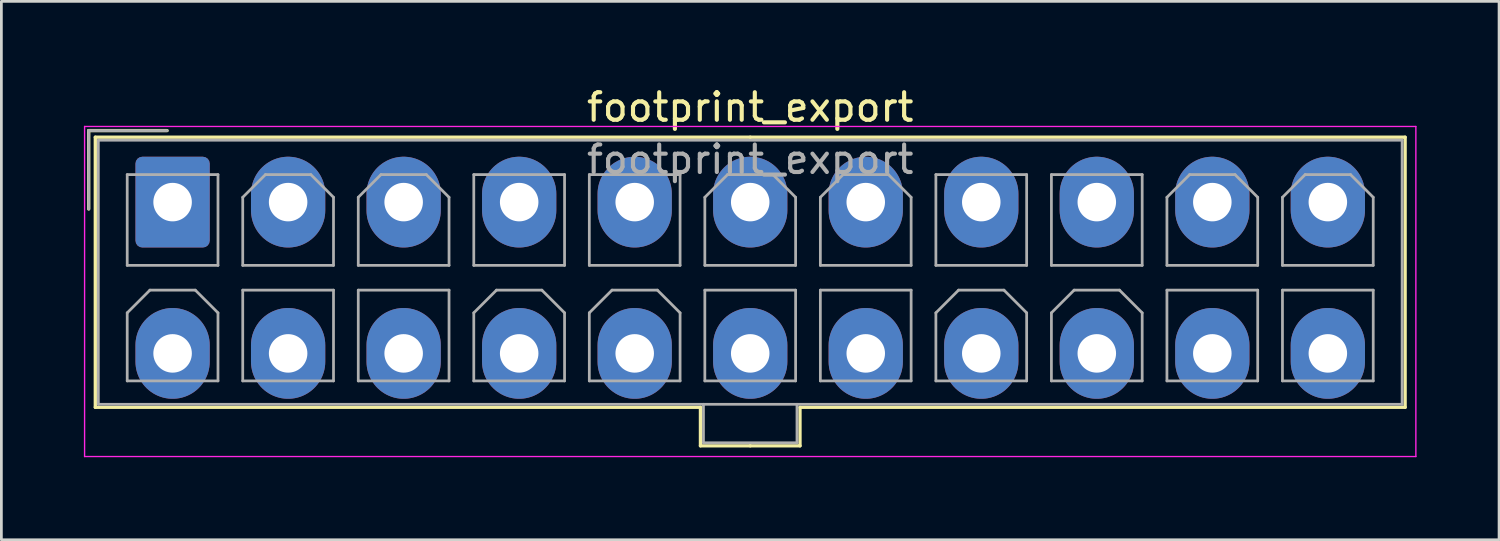
<source format=kicad_pcb>
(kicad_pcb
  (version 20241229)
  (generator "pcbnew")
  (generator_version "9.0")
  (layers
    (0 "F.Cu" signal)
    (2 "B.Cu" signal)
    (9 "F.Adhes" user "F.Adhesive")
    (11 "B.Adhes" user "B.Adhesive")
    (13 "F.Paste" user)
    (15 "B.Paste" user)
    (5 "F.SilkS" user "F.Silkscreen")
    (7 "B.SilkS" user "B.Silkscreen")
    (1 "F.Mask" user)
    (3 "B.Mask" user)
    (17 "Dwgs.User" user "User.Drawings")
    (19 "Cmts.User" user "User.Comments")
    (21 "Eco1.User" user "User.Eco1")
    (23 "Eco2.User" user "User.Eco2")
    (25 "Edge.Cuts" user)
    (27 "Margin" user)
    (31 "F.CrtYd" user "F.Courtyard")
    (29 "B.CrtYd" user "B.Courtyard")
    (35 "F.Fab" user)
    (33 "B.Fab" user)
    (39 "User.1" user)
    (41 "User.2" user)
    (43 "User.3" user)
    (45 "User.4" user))
  (footprint "footprint_export"
    (layer "F.Cu")
    (at 3.225 4.298)
    (property "Reference" "footprint_export" (at 21 -3.45 0) (layer "F.SilkS") (effects (font (size 1 1) (thickness 0.15))))
    (attr through_hole)
    (fp_line (start -3.05 -2.6) (end -3.05 0.25) (stroke (width 0.12) (type solid)) (layer "F.SilkS"))
    (fp_line (start -2.81 -2.36) (end -2.81 7.46) (stroke (width 0.12) (type solid)) (layer "F.SilkS"))
    (fp_line (start -2.81 7.46) (end 19.19 7.46) (stroke (width 0.12) (type solid)) (layer "F.SilkS"))
    (fp_line (start -0.2 -2.6) (end -3.05 -2.6) (stroke (width 0.12) (type solid)) (layer "F.SilkS"))
    (fp_line (start 19.19 7.46) (end 19.19 8.86) (stroke (width 0.12) (type solid)) (layer "F.SilkS"))
    (fp_line (start 19.19 8.86) (end 21 8.86) (stroke (width 0.12) (type solid)) (layer "F.SilkS"))
    (fp_line (start 21 -2.36) (end -2.81 -2.36) (stroke (width 0.12) (type solid)) (layer "F.SilkS"))
    (fp_line (start 21 -2.36) (end 44.81 -2.36) (stroke (width 0.12) (type solid)) (layer "F.SilkS"))
    (fp_line (start 22.81 7.46) (end 22.81 8.86) (stroke (width 0.12) (type solid)) (layer "F.SilkS"))
    (fp_line (start 22.81 8.86) (end 21 8.86) (stroke (width 0.12) (type solid)) (layer "F.SilkS"))
    (fp_line (start 44.81 -2.36) (end 44.81 7.46) (stroke (width 0.12) (type solid)) (layer "F.SilkS"))
    (fp_line (start 44.81 7.46) (end 22.81 7.46) (stroke (width 0.12) (type solid)) (layer "F.SilkS"))
    (fp_line (start -3.2 -2.75) (end -3.2 9.25) (stroke (width 0.05) (type solid)) (layer "F.CrtYd"))
    (fp_line (start -3.2 9.25) (end 45.2 9.25) (stroke (width 0.05) (type solid)) (layer "F.CrtYd"))
    (fp_line (start 45.2 -2.75) (end -3.2 -2.75) (stroke (width 0.05) (type solid)) (layer "F.CrtYd"))
    (fp_line (start 45.2 9.25) (end 45.2 -2.75) (stroke (width 0.05) (type solid)) (layer "F.CrtYd"))
    (fp_line (start -3.05 -2.6) (end -3.05 0.25) (stroke (width 0.1) (type solid)) (layer "F.Fab"))
    (fp_line (start -2.7 -2.25) (end -2.7 7.35) (stroke (width 0.1) (type solid)) (layer "F.Fab"))
    (fp_line (start -2.7 7.35) (end 44.7 7.35) (stroke (width 0.1) (type solid)) (layer "F.Fab"))
    (fp_line (start -1.65 -1) (end -1.65 2.3) (stroke (width 0.1) (type solid)) (layer "F.Fab"))
    (fp_line (start -1.65 2.3) (end 1.65 2.3) (stroke (width 0.1) (type solid)) (layer "F.Fab"))
    (fp_line (start -1.65 4.025) (end -0.825 3.2) (stroke (width 0.1) (type solid)) (layer "F.Fab"))
    (fp_line (start -1.65 6.5) (end -1.65 4.025) (stroke (width 0.1) (type solid)) (layer "F.Fab"))
    (fp_line (start -0.825 3.2) (end 0.825 3.2) (stroke (width 0.1) (type solid)) (layer "F.Fab"))
    (fp_line (start -0.2 -2.6) (end -3.05 -2.6) (stroke (width 0.1) (type solid)) (layer "F.Fab"))
    (fp_line (start 0.825 3.2) (end 1.65 4.025) (stroke (width 0.1) (type solid)) (layer "F.Fab"))
    (fp_line (start 1.65 -1) (end -1.65 -1) (stroke (width 0.1) (type solid)) (layer "F.Fab"))
    (fp_line (start 1.65 2.3) (end 1.65 -1) (stroke (width 0.1) (type solid)) (layer "F.Fab"))
    (fp_line (start 1.65 4.025) (end 1.65 6.5) (stroke (width 0.1) (type solid)) (layer "F.Fab"))
    (fp_line (start 1.65 6.5) (end -1.65 6.5) (stroke (width 0.1) (type solid)) (layer "F.Fab"))
    (fp_line (start 2.55 -0.175) (end 3.375 -1) (stroke (width 0.1) (type solid)) (layer "F.Fab"))
    (fp_line (start 2.55 2.3) (end 2.55 -0.175) (stroke (width 0.1) (type solid)) (layer "F.Fab"))
    (fp_line (start 2.55 3.2) (end 2.55 6.5) (stroke (width 0.1) (type solid)) (layer "F.Fab"))
    (fp_line (start 2.55 6.5) (end 5.85 6.5) (stroke (width 0.1) (type solid)) (layer "F.Fab"))
    (fp_line (start 3.375 -1) (end 5.025 -1) (stroke (width 0.1) (type solid)) (layer "F.Fab"))
    (fp_line (start 5.025 -1) (end 5.85 -0.175) (stroke (width 0.1) (type solid)) (layer "F.Fab"))
    (fp_line (start 5.85 -0.175) (end 5.85 2.3) (stroke (width 0.1) (type solid)) (layer "F.Fab"))
    (fp_line (start 5.85 2.3) (end 2.55 2.3) (stroke (width 0.1) (type solid)) (layer "F.Fab"))
    (fp_line (start 5.85 3.2) (end 2.55 3.2) (stroke (width 0.1) (type solid)) (layer "F.Fab"))
    (fp_line (start 5.85 6.5) (end 5.85 3.2) (stroke (width 0.1) (type solid)) (layer "F.Fab"))
    (fp_line (start 6.75 -0.175) (end 7.575 -1) (stroke (width 0.1) (type solid)) (layer "F.Fab"))
    (fp_line (start 6.75 2.3) (end 6.75 -0.175) (stroke (width 0.1) (type solid)) (layer "F.Fab"))
    (fp_line (start 6.75 3.2) (end 6.75 6.5) (stroke (width 0.1) (type solid)) (layer "F.Fab"))
    (fp_line (start 6.75 6.5) (end 10.05 6.5) (stroke (width 0.1) (type solid)) (layer "F.Fab"))
    (fp_line (start 7.575 -1) (end 9.225 -1) (stroke (width 0.1) (type solid)) (layer "F.Fab"))
    (fp_line (start 9.225 -1) (end 10.05 -0.175) (stroke (width 0.1) (type solid)) (layer "F.Fab"))
    (fp_line (start 10.05 -0.175) (end 10.05 2.3) (stroke (width 0.1) (type solid)) (layer "F.Fab"))
    (fp_line (start 10.05 2.3) (end 6.75 2.3) (stroke (width 0.1) (type solid)) (layer "F.Fab"))
    (fp_line (start 10.05 3.2) (end 6.75 3.2) (stroke (width 0.1) (type solid)) (layer "F.Fab"))
    (fp_line (start 10.05 6.5) (end 10.05 3.2) (stroke (width 0.1) (type solid)) (layer "F.Fab"))
    (fp_line (start 10.95 -1) (end 10.95 2.3) (stroke (width 0.1) (type solid)) (layer "F.Fab"))
    (fp_line (start 10.95 2.3) (end 14.25 2.3) (stroke (width 0.1) (type solid)) (layer "F.Fab"))
    (fp_line (start 10.95 4.025) (end 11.775 3.2) (stroke (width 0.1) (type solid)) (layer "F.Fab"))
    (fp_line (start 10.95 6.5) (end 10.95 4.025) (stroke (width 0.1) (type solid)) (layer "F.Fab"))
    (fp_line (start 11.775 3.2) (end 13.425 3.2) (stroke (width 0.1) (type solid)) (layer "F.Fab"))
    (fp_line (start 13.425 3.2) (end 14.25 4.025) (stroke (width 0.1) (type solid)) (layer "F.Fab"))
    (fp_line (start 14.25 -1) (end 10.95 -1) (stroke (width 0.1) (type solid)) (layer "F.Fab"))
    (fp_line (start 14.25 2.3) (end 14.25 -1) (stroke (width 0.1) (type solid)) (layer "F.Fab"))
    (fp_line (start 14.25 4.025) (end 14.25 6.5) (stroke (width 0.1) (type solid)) (layer "F.Fab"))
    (fp_line (start 14.25 6.5) (end 10.95 6.5) (stroke (width 0.1) (type solid)) (layer "F.Fab"))
    (fp_line (start 15.15 -1) (end 15.15 2.3) (stroke (width 0.1) (type solid)) (layer "F.Fab"))
    (fp_line (start 15.15 2.3) (end 18.45 2.3) (stroke (width 0.1) (type solid)) (layer "F.Fab"))
    (fp_line (start 15.15 4.025) (end 15.975 3.2) (stroke (width 0.1) (type solid)) (layer "F.Fab"))
    (fp_line (start 15.15 6.5) (end 15.15 4.025) (stroke (width 0.1) (type solid)) (layer "F.Fab"))
    (fp_line (start 15.975 3.2) (end 17.625 3.2) (stroke (width 0.1) (type solid)) (layer "F.Fab"))
    (fp_line (start 17.625 3.2) (end 18.45 4.025) (stroke (width 0.1) (type solid)) (layer "F.Fab"))
    (fp_line (start 18.45 -1) (end 15.15 -1) (stroke (width 0.1) (type solid)) (layer "F.Fab"))
    (fp_line (start 18.45 2.3) (end 18.45 -1) (stroke (width 0.1) (type solid)) (layer "F.Fab"))
    (fp_line (start 18.45 4.025) (end 18.45 6.5) (stroke (width 0.1) (type solid)) (layer "F.Fab"))
    (fp_line (start 18.45 6.5) (end 15.15 6.5) (stroke (width 0.1) (type solid)) (layer "F.Fab"))
    (fp_line (start 19.3 7.35) (end 19.3 8.75) (stroke (width 0.1) (type solid)) (layer "F.Fab"))
    (fp_line (start 19.3 8.75) (end 22.7 8.75) (stroke (width 0.1) (type solid)) (layer "F.Fab"))
    (fp_line (start 19.35 -0.175) (end 20.175 -1) (stroke (width 0.1) (type solid)) (layer "F.Fab"))
    (fp_line (start 19.35 2.3) (end 19.35 -0.175) (stroke (width 0.1) (type solid)) (layer "F.Fab"))
    (fp_line (start 19.35 3.2) (end 19.35 6.5) (stroke (width 0.1) (type solid)) (layer "F.Fab"))
    (fp_line (start 19.35 6.5) (end 22.65 6.5) (stroke (width 0.1) (type solid)) (layer "F.Fab"))
    (fp_line (start 20.175 -1) (end 21.825 -1) (stroke (width 0.1) (type solid)) (layer "F.Fab"))
    (fp_line (start 21.825 -1) (end 22.65 -0.175) (stroke (width 0.1) (type solid)) (layer "F.Fab"))
    (fp_line (start 22.65 -0.175) (end 22.65 2.3) (stroke (width 0.1) (type solid)) (layer "F.Fab"))
    (fp_line (start 22.65 2.3) (end 19.35 2.3) (stroke (width 0.1) (type solid)) (layer "F.Fab"))
    (fp_line (start 22.65 3.2) (end 19.35 3.2) (stroke (width 0.1) (type solid)) (layer "F.Fab"))
    (fp_line (start 22.65 6.5) (end 22.65 3.2) (stroke (width 0.1) (type solid)) (layer "F.Fab"))
    (fp_line (start 22.7 8.75) (end 22.7 7.35) (stroke (width 0.1) (type solid)) (layer "F.Fab"))
    (fp_line (start 23.55 -0.175) (end 24.375 -1) (stroke (width 0.1) (type solid)) (layer "F.Fab"))
    (fp_line (start 23.55 2.3) (end 23.55 -0.175) (stroke (width 0.1) (type solid)) (layer "F.Fab"))
    (fp_line (start 23.55 3.2) (end 23.55 6.5) (stroke (width 0.1) (type solid)) (layer "F.Fab"))
    (fp_line (start 23.55 6.5) (end 26.85 6.5) (stroke (width 0.1) (type solid)) (layer "F.Fab"))
    (fp_line (start 24.375 -1) (end 26.025 -1) (stroke (width 0.1) (type solid)) (layer "F.Fab"))
    (fp_line (start 26.025 -1) (end 26.85 -0.175) (stroke (width 0.1) (type solid)) (layer "F.Fab"))
    (fp_line (start 26.85 -0.175) (end 26.85 2.3) (stroke (width 0.1) (type solid)) (layer "F.Fab"))
    (fp_line (start 26.85 2.3) (end 23.55 2.3) (stroke (width 0.1) (type solid)) (layer "F.Fab"))
    (fp_line (start 26.85 3.2) (end 23.55 3.2) (stroke (width 0.1) (type solid)) (layer "F.Fab"))
    (fp_line (start 26.85 6.5) (end 26.85 3.2) (stroke (width 0.1) (type solid)) (layer "F.Fab"))
    (fp_line (start 27.75 -1) (end 27.75 2.3) (stroke (width 0.1) (type solid)) (layer "F.Fab"))
    (fp_line (start 27.75 2.3) (end 31.05 2.3) (stroke (width 0.1) (type solid)) (layer "F.Fab"))
    (fp_line (start 27.75 4.025) (end 28.575 3.2) (stroke (width 0.1) (type solid)) (layer "F.Fab"))
    (fp_line (start 27.75 6.5) (end 27.75 4.025) (stroke (width 0.1) (type solid)) (layer "F.Fab"))
    (fp_line (start 28.575 3.2) (end 30.225 3.2) (stroke (width 0.1) (type solid)) (layer "F.Fab"))
    (fp_line (start 30.225 3.2) (end 31.05 4.025) (stroke (width 0.1) (type solid)) (layer "F.Fab"))
    (fp_line (start 31.05 -1) (end 27.75 -1) (stroke (width 0.1) (type solid)) (layer "F.Fab"))
    (fp_line (start 31.05 2.3) (end 31.05 -1) (stroke (width 0.1) (type solid)) (layer "F.Fab"))
    (fp_line (start 31.05 4.025) (end 31.05 6.5) (stroke (width 0.1) (type solid)) (layer "F.Fab"))
    (fp_line (start 31.05 6.5) (end 27.75 6.5) (stroke (width 0.1) (type solid)) (layer "F.Fab"))
    (fp_line (start 31.95 -1) (end 31.95 2.3) (stroke (width 0.1) (type solid)) (layer "F.Fab"))
    (fp_line (start 31.95 2.3) (end 35.25 2.3) (stroke (width 0.1) (type solid)) (layer "F.Fab"))
    (fp_line (start 31.95 4.025) (end 32.775 3.2) (stroke (width 0.1) (type solid)) (layer "F.Fab"))
    (fp_line (start 31.95 6.5) (end 31.95 4.025) (stroke (width 0.1) (type solid)) (layer "F.Fab"))
    (fp_line (start 32.775 3.2) (end 34.425 3.2) (stroke (width 0.1) (type solid)) (layer "F.Fab"))
    (fp_line (start 34.425 3.2) (end 35.25 4.025) (stroke (width 0.1) (type solid)) (layer "F.Fab"))
    (fp_line (start 35.25 -1) (end 31.95 -1) (stroke (width 0.1) (type solid)) (layer "F.Fab"))
    (fp_line (start 35.25 2.3) (end 35.25 -1) (stroke (width 0.1) (type solid)) (layer "F.Fab"))
    (fp_line (start 35.25 4.025) (end 35.25 6.5) (stroke (width 0.1) (type solid)) (layer "F.Fab"))
    (fp_line (start 35.25 6.5) (end 31.95 6.5) (stroke (width 0.1) (type solid)) (layer "F.Fab"))
    (fp_line (start 36.15 -0.175) (end 36.975 -1) (stroke (width 0.1) (type solid)) (layer "F.Fab"))
    (fp_line (start 36.15 2.3) (end 36.15 -0.175) (stroke (width 0.1) (type solid)) (layer "F.Fab"))
    (fp_line (start 36.15 3.2) (end 36.15 6.5) (stroke (width 0.1) (type solid)) (layer "F.Fab"))
    (fp_line (start 36.15 6.5) (end 39.45 6.5) (stroke (width 0.1) (type solid)) (layer "F.Fab"))
    (fp_line (start 36.975 -1) (end 38.625 -1) (stroke (width 0.1) (type solid)) (layer "F.Fab"))
    (fp_line (start 38.625 -1) (end 39.45 -0.175) (stroke (width 0.1) (type solid)) (layer "F.Fab"))
    (fp_line (start 39.45 -0.175) (end 39.45 2.3) (stroke (width 0.1) (type solid)) (layer "F.Fab"))
    (fp_line (start 39.45 2.3) (end 36.15 2.3) (stroke (width 0.1) (type solid)) (layer "F.Fab"))
    (fp_line (start 39.45 3.2) (end 36.15 3.2) (stroke (width 0.1) (type solid)) (layer "F.Fab"))
    (fp_line (start 39.45 6.5) (end 39.45 3.2) (stroke (width 0.1) (type solid)) (layer "F.Fab"))
    (fp_line (start 40.35 -0.175) (end 41.175 -1) (stroke (width 0.1) (type solid)) (layer "F.Fab"))
    (fp_line (start 40.35 2.3) (end 40.35 -0.175) (stroke (width 0.1) (type solid)) (layer "F.Fab"))
    (fp_line (start 40.35 3.2) (end 40.35 6.5) (stroke (width 0.1) (type solid)) (layer "F.Fab"))
    (fp_line (start 40.35 6.5) (end 43.65 6.5) (stroke (width 0.1) (type solid)) (layer "F.Fab"))
    (fp_line (start 41.175 -1) (end 42.825 -1) (stroke (width 0.1) (type solid)) (layer "F.Fab"))
    (fp_line (start 42.825 -1) (end 43.65 -0.175) (stroke (width 0.1) (type solid)) (layer "F.Fab"))
    (fp_line (start 43.65 -0.175) (end 43.65 2.3) (stroke (width 0.1) (type solid)) (layer "F.Fab"))
    (fp_line (start 43.65 2.3) (end 40.35 2.3) (stroke (width 0.1) (type solid)) (layer "F.Fab"))
    (fp_line (start 43.65 3.2) (end 40.35 3.2) (stroke (width 0.1) (type solid)) (layer "F.Fab"))
    (fp_line (start 43.65 6.5) (end 43.65 3.2) (stroke (width 0.1) (type solid)) (layer "F.Fab"))
    (fp_line (start 44.7 -2.25) (end -2.7 -2.25) (stroke (width 0.1) (type solid)) (layer "F.Fab"))
    (fp_line (start 44.7 7.35) (end 44.7 -2.25) (stroke (width 0.1) (type solid)) (layer "F.Fab"))
    (fp_text user "${REFERENCE}" (at 21 -1.55 0) (layer "F.Fab") (effects (font (size 1 1) (thickness 0.15))))
    (pad "1" thru_hole roundrect (at 0 0) (size 2.7 3.3) (drill 1.4) (layers "*.Cu" "*.Mask") (roundrect_rratio 0.093))
    (pad "2" thru_hole oval (at 4.2 0) (size 2.7 3.3) (drill 1.4) (layers "*.Cu" "*.Mask"))
    (pad "3" thru_hole oval (at 8.4 0) (size 2.7 3.3) (drill 1.4) (layers "*.Cu" "*.Mask"))
    (pad "4" thru_hole oval (at 12.6 0) (size 2.7 3.3) (drill 1.4) (layers "*.Cu" "*.Mask"))
    (pad "5" thru_hole oval (at 16.8 0) (size 2.7 3.3) (drill 1.4) (layers "*.Cu" "*.Mask"))
    (pad "6" thru_hole oval (at 21 0) (size 2.7 3.3) (drill 1.4) (layers "*.Cu" "*.Mask"))
    (pad "7" thru_hole oval (at 25.2 0) (size 2.7 3.3) (drill 1.4) (layers "*.Cu" "*.Mask"))
    (pad "8" thru_hole oval (at 29.4 0) (size 2.7 3.3) (drill 1.4) (layers "*.Cu" "*.Mask"))
    (pad "9" thru_hole oval (at 33.6 0) (size 2.7 3.3) (drill 1.4) (layers "*.Cu" "*.Mask"))
    (pad "10" thru_hole oval (at 37.8 0) (size 2.7 3.3) (drill 1.4) (layers "*.Cu" "*.Mask"))
    (pad "11" thru_hole oval (at 42 0) (size 2.7 3.3) (drill 1.4) (layers "*.Cu" "*.Mask"))
    (pad "12" thru_hole oval (at 0 5.5) (size 2.7 3.3) (drill 1.4) (layers "*.Cu" "*.Mask"))
    (pad "13" thru_hole oval (at 4.2 5.5) (size 2.7 3.3) (drill 1.4) (layers "*.Cu" "*.Mask"))
    (pad "14" thru_hole oval (at 8.4 5.5) (size 2.7 3.3) (drill 1.4) (layers "*.Cu" "*.Mask"))
    (pad "15" thru_hole oval (at 12.6 5.5) (size 2.7 3.3) (drill 1.4) (layers "*.Cu" "*.Mask"))
    (pad "16" thru_hole oval (at 16.8 5.5) (size 2.7 3.3) (drill 1.4) (layers "*.Cu" "*.Mask"))
    (pad "17" thru_hole oval (at 21 5.5) (size 2.7 3.3) (drill 1.4) (layers "*.Cu" "*.Mask"))
    (pad "18" thru_hole oval (at 25.2 5.5) (size 2.7 3.3) (drill 1.4) (layers "*.Cu" "*.Mask"))
    (pad "19" thru_hole oval (at 29.4 5.5) (size 2.7 3.3) (drill 1.4) (layers "*.Cu" "*.Mask"))
    (pad "20" thru_hole oval (at 33.6 5.5) (size 2.7 3.3) (drill 1.4) (layers "*.Cu" "*.Mask"))
    (pad "21" thru_hole oval (at 37.8 5.5) (size 2.7 3.3) (drill 1.4) (layers "*.Cu" "*.Mask"))
    (pad "22" thru_hole oval (at 42 5.5) (size 2.7 3.3) (drill 1.4) (layers "*.Cu" "*.Mask")))
  (gr_rect
    (start -3 -3)
    (end 51.45 16.573)
    (stroke (width 0.1) (type default))
    (fill no)
    (layer "Edge.Cuts")))
</source>
